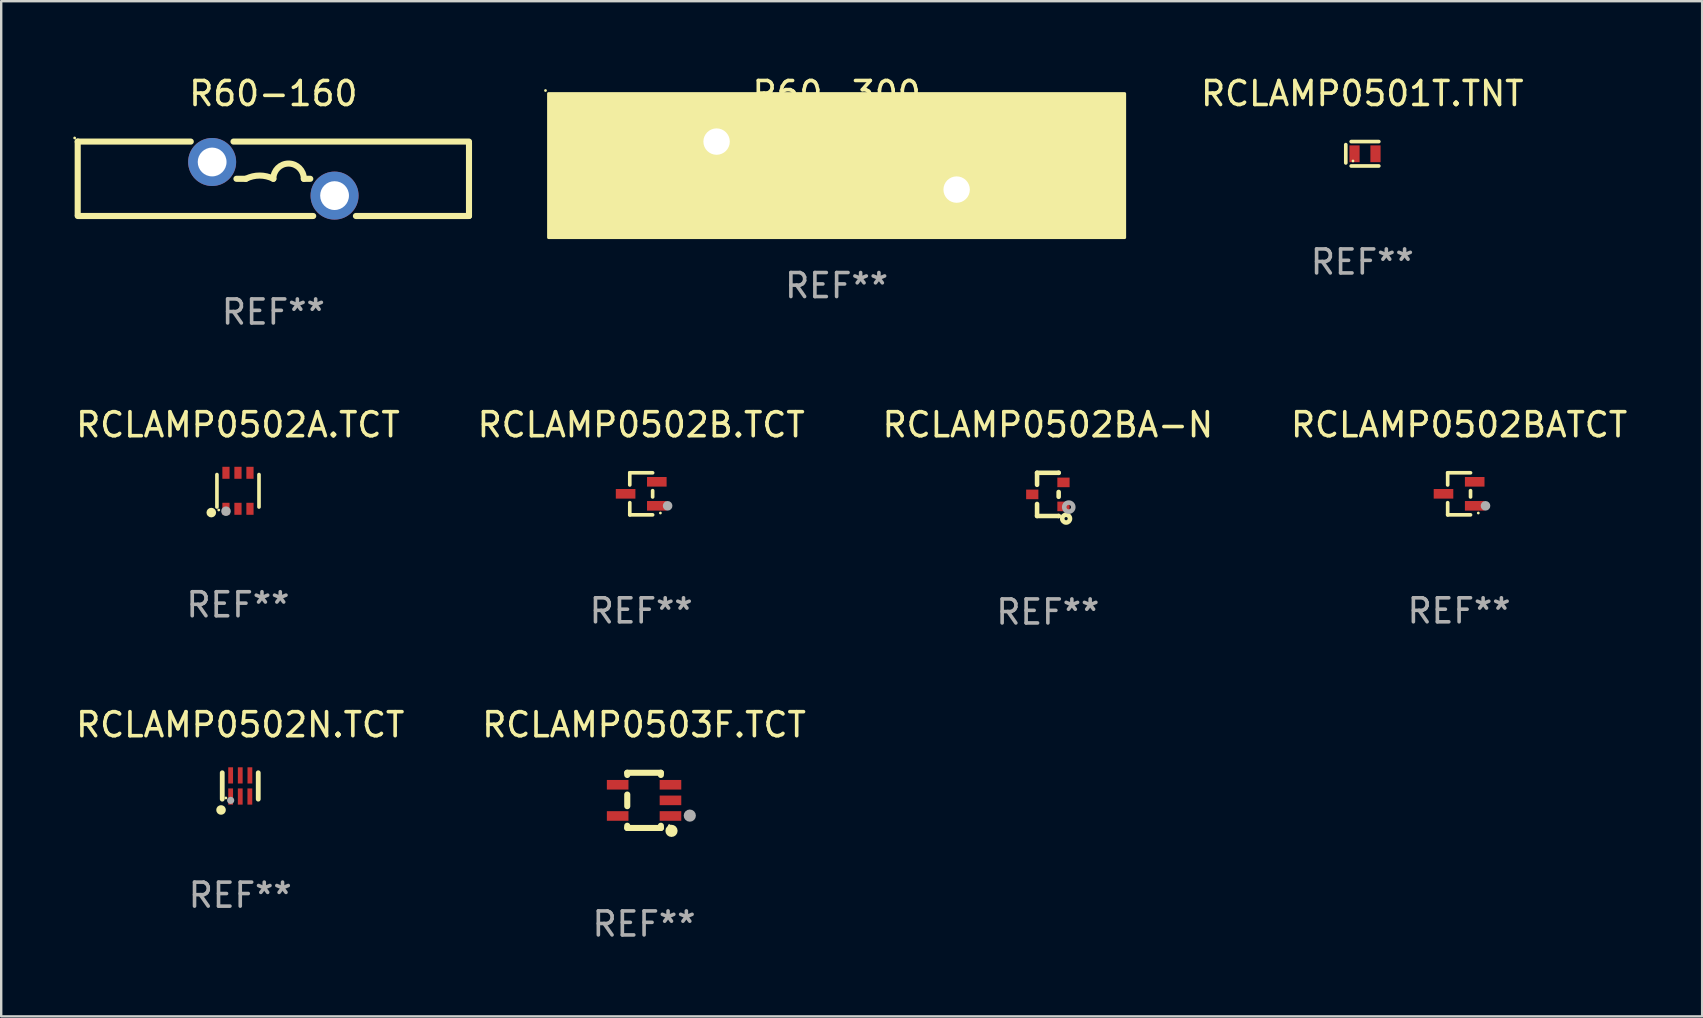
<source format=kicad_pcb>
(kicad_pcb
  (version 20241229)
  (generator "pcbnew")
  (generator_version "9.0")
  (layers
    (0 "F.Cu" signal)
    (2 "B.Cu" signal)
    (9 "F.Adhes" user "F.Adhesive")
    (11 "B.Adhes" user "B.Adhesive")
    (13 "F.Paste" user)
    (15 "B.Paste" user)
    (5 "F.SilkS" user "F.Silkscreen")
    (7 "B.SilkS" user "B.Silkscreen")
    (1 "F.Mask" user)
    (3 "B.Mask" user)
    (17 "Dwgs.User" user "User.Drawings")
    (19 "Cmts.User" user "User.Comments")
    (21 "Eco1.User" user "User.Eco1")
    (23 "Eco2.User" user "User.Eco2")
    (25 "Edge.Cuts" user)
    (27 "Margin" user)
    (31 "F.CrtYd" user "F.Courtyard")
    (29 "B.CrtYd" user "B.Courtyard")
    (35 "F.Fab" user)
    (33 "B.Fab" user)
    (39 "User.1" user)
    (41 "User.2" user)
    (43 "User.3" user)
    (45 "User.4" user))
  (footprint "RCLAMP0502BATCT"
    (layer "F.Cu")
    (at 57.732 17.521)
    (property "Reference" "RCLAMP0502BATCT" (at 0 -2.876 0) (layer "F.SilkS") (effects (font (size 1 1) (thickness 0.15))))
    (attr through_hole)
    (fp_line (start -0.476 -0.876) (end -0.476 -0.369) (stroke (width 0.152) (type solid)) (layer "F.SilkS"))
    (fp_line (start -0.476 0.876) (end -0.476 0.369) (stroke (width 0.152) (type solid)) (layer "F.SilkS"))
    (fp_line (start 0.476 -0.876) (end -0.476 -0.876) (stroke (width 0.152) (type solid)) (layer "F.SilkS"))
    (fp_line (start 0.476 -0.131) (end 0.476 0.131) (stroke (width 0.152) (type solid)) (layer "F.SilkS"))
    (fp_line (start 0.476 0.876) (end -0.476 0.876) (stroke (width 0.152) (type solid)) (layer "F.SilkS"))
    (fp_circle (center 0.8 0.8) (end 0.83 0.8) (stroke (width 0.06) (type solid)) (fill no) (layer "F.SilkS"))
    (fp_circle (center 1.1 0.5) (end 1.2 0.5) (stroke (width 0.2) (type solid)) (fill no) (layer "F.Fab"))
    (fp_text user "REF**" (at 0 4.876 0) (layer "F.Fab") (effects (font (size 1 1) (thickness 0.15))))
    (pad "1" smd rect (at 0.65 0.5) (size 0.816 0.4) (layers "F.Cu" "F.Mask" "F.Paste"))
    (pad "2" smd rect (at 0.65 -0.5) (size 0.816 0.4) (layers "F.Cu" "F.Mask" "F.Paste"))
    (pad "3" smd rect (at -0.65 0) (size 0.816 0.4) (layers "F.Cu" "F.Mask" "F.Paste")))
  (footprint "R60-300"
    (layer "F.Cu")
    (at 31.801 3.848)
    (property "Reference" "R60-300" (at 0 -3 0) (layer "F.SilkS") (effects (font (size 1 1) (thickness 0.15))))
    (attr through_hole)
    (fp_circle (center -12.127 -3.127) (end -12.097 -3.127) (stroke (width 0.06) (type solid)) (fill no) (layer "F.SilkS"))
    (fp_poly (pts (xy -12 -3) (xy 12 -3) (xy 12 3) (xy -12 3)) (stroke (width 0.12) (type solid)) (fill yes) (layer "F.SilkS"))
    (fp_text user "REF**" (at 0 5 0) (layer "F.Fab") (effects (font (size 1 1) (thickness 0.15))))
    (pad "1" thru_hole circle (at -5 -1) (size 1.8 1.8) (drill 1.1) (layers "*.Cu" "*.Mask"))
    (pad "2" thru_hole circle (at 5 1) (size 1.8 1.8) (drill 1.1) (layers "*.Cu" "*.Mask")))
  (footprint "RCLAMP0502B.TCT"
    (layer "F.Cu")
    (at 23.661 17.521)
    (property "Reference" "RCLAMP0502B.TCT" (at 0 -2.876 0) (layer "F.SilkS") (effects (font (size 1 1) (thickness 0.15))))
    (attr through_hole)
    (fp_line (start -0.476 -0.876) (end -0.476 -0.369) (stroke (width 0.152) (type solid)) (layer "F.SilkS"))
    (fp_line (start -0.476 0.876) (end -0.476 0.369) (stroke (width 0.152) (type solid)) (layer "F.SilkS"))
    (fp_line (start 0.476 -0.876) (end -0.476 -0.876) (stroke (width 0.152) (type solid)) (layer "F.SilkS"))
    (fp_line (start 0.476 -0.131) (end 0.476 0.131) (stroke (width 0.152) (type solid)) (layer "F.SilkS"))
    (fp_line (start 0.476 0.876) (end -0.476 0.876) (stroke (width 0.152) (type solid)) (layer "F.SilkS"))
    (fp_circle (center 0.8 0.8) (end 0.83 0.8) (stroke (width 0.06) (type solid)) (fill no) (layer "F.SilkS"))
    (fp_circle (center 1.1 0.5) (end 1.2 0.5) (stroke (width 0.2) (type solid)) (fill no) (layer "F.Fab"))
    (fp_text user "REF**" (at 0 4.876 0) (layer "F.Fab") (effects (font (size 1 1) (thickness 0.15))))
    (pad "1" smd rect (at 0.65 0.5) (size 0.816 0.4) (layers "F.Cu" "F.Mask" "F.Paste"))
    (pad "2" smd rect (at 0.65 -0.5) (size 0.816 0.4) (layers "F.Cu" "F.Mask" "F.Paste"))
    (pad "3" smd rect (at -0.65 0) (size 0.816 0.4) (layers "F.Cu" "F.Mask" "F.Paste")))
  (footprint "RCLAMP0503F.TCT"
    (layer "F.Cu")
    (at 23.78 30.291)
    (property "Reference" "RCLAMP0503F.TCT" (at 0 -3.15 0) (layer "F.SilkS") (effects (font (size 1 1) (thickness 0.15))))
    (attr through_hole)
    (fp_line (start -0.7 -1.15) (end 0.7 -1.15) (stroke (width 0.254) (type solid)) (layer "F.SilkS"))
    (fp_line (start -0.7 -1.058) (end -0.7 -1.15) (stroke (width 0.254) (type solid)) (layer "F.SilkS"))
    (fp_line (start -0.7 0.242) (end -0.7 -0.242) (stroke (width 0.254) (type solid)) (layer "F.SilkS"))
    (fp_line (start -0.7 1.15) (end -0.7 1.058) (stroke (width 0.254) (type solid)) (layer "F.SilkS"))
    (fp_line (start -0.7 1.15) (end 0.7 1.15) (stroke (width 0.254) (type solid)) (layer "F.SilkS"))
    (fp_line (start 0.7 -1.058) (end 0.7 -1.15) (stroke (width 0.254) (type solid)) (layer "F.SilkS"))
    (fp_line (start 0.7 1.15) (end 0.7 1.058) (stroke (width 0.254) (type solid)) (layer "F.SilkS"))
    (fp_circle (center 1.053 1.052) (end 1.083 1.052) (stroke (width 0.06) (type solid)) (fill no) (layer "F.SilkS"))
    (fp_circle (center 1.143 1.27) (end 1.27 1.27) (stroke (width 0.254) (type solid)) (fill no) (layer "F.SilkS"))
    (fp_circle (center 1.905 0.635) (end 2.032 0.635) (stroke (width 0.254) (type solid)) (fill no) (layer "F.Fab"))
    (fp_text user "REF**" (at 0 5.15 0) (layer "F.Fab") (effects (font (size 1 1) (thickness 0.15))))
    (pad "1" smd rect (at 1.1 0.65 90) (size 0.4 0.9) (layers "F.Cu" "F.Mask" "F.Paste"))
    (pad "2" smd rect (at 1.1 0.000076 90) (size 0.4 0.9) (layers "F.Cu" "F.Mask" "F.Paste"))
    (pad "3" smd rect (at 1.1 -0.65 90) (size 0.4 0.9) (layers "F.Cu" "F.Mask" "F.Paste"))
    (pad "4" smd rect (at -1.1 -0.65 90) (size 0.4 0.9) (layers "F.Cu" "F.Mask" "F.Paste"))
    (pad "5" smd rect (at -1.1 0.65 90) (size 0.4 0.9) (layers "F.Cu" "F.Mask" "F.Paste")))
  (footprint "RCLAMP0502N.TCT"
    (layer "F.Cu")
    (at 6.958 29.691)
    (property "Reference" "RCLAMP0502N.TCT" (at 0 -2.55 0) (layer "F.SilkS") (effects (font (size 1 1) (thickness 0.15))))
    (attr through_hole)
    (fp_line (start -0.75 -0.55) (end -0.75 0.55) (stroke (width 0.2) (type solid)) (layer "F.SilkS"))
    (fp_line (start 0.75 -0.55) (end 0.75 0.55) (stroke (width 0.2) (type solid)) (layer "F.SilkS"))
    (fp_circle (center -0.8 1) (end -0.7 1) (stroke (width 0.2) (type solid)) (fill no) (layer "F.SilkS"))
    (fp_circle (center -0.599 0.5) (end -0.569 0.5) (stroke (width 0.06) (type solid)) (fill no) (layer "F.SilkS"))
    (fp_circle (center -0.399 0.6) (end -0.324 0.6) (stroke (width 0.15) (type solid)) (fill no) (layer "F.Fab"))
    (fp_text user "REF**" (at 0 4.55 0) (layer "F.Fab") (effects (font (size 1 1) (thickness 0.15))))
    (pad "1" smd rect (at -0.4 0.44) (size 0.2 0.675) (layers "F.Cu" "F.Mask" "F.Paste"))
    (pad "2" smd rect (at 0 0.44) (size 0.2 0.675) (layers "F.Cu" "F.Mask" "F.Paste"))
    (pad "3" smd rect (at 0.4 0.44) (size 0.2 0.675) (layers "F.Cu" "F.Mask" "F.Paste"))
    (pad "4" smd rect (at 0.402 -0.44) (size 0.2 0.675) (layers "F.Cu" "F.Mask" "F.Paste"))
    (pad "5" smd rect (at 0 -0.44) (size 0.2 0.675) (layers "F.Cu" "F.Mask" "F.Paste"))
    (pad "6" smd rect (at -0.4 -0.44) (size 0.2 0.675) (layers "F.Cu" "F.Mask" "F.Paste")))
  (footprint "RCLAMP0502A.TCT"
    (layer "F.Cu")
    (at 6.863 17.395)
    (property "Reference" "RCLAMP0502A.TCT" (at 0 -2.75 0) (layer "F.SilkS") (effects (font (size 1 1) (thickness 0.15))))
    (attr through_hole)
    (fp_line (start -0.876 0.676) (end -0.876 -0.676) (stroke (width 0.152) (type solid)) (layer "F.SilkS"))
    (fp_line (start 0.876 0.676) (end 0.876 -0.676) (stroke (width 0.152) (type solid)) (layer "F.SilkS"))
    (fp_circle (center -1.111 0.908) (end -1.011 0.908) (stroke (width 0.2) (type solid)) (fill no) (layer "F.SilkS"))
    (fp_circle (center -0.8 0.8) (end -0.77 0.8) (stroke (width 0.06) (type solid)) (fill no) (layer "F.SilkS"))
    (fp_circle (center -0.499 0.85) (end -0.399 0.85) (stroke (width 0.2) (type solid)) (fill no) (layer "F.Fab"))
    (fp_text user "REF**" (at 0 4.75 0) (layer "F.Fab") (effects (font (size 1 1) (thickness 0.15))))
    (pad "1" smd rect (at -0.5 0.75) (size 0.3 0.5) (layers "F.Cu" "F.Mask" "F.Paste"))
    (pad "2" smd rect (at 0 0.75) (size 0.3 0.5) (layers "F.Cu" "F.Mask" "F.Paste"))
    (pad "3" smd rect (at 0.5 0.75) (size 0.3 0.5) (layers "F.Cu" "F.Mask" "F.Paste"))
    (pad "4" smd rect (at 0.5 -0.75) (size 0.3 0.5) (layers "F.Cu" "F.Mask" "F.Paste"))
    (pad "5" smd rect (at 0 -0.75) (size 0.3 0.5) (layers "F.Cu" "F.Mask" "F.Paste"))
    (pad "6" smd rect (at -0.5 -0.75) (size 0.3 0.5) (layers "F.Cu" "F.Mask" "F.Paste")))
  (footprint "R60-160"
    (layer "F.Cu")
    (at 8.337 4.398)
    (property "Reference" "R60-160" (at 0 -3.55 0) (layer "F.SilkS") (effects (font (size 1 1) (thickness 0.15))))
    (attr through_hole)
    (fp_line (start -8.15 -1.55) (end -3.44 -1.55) (stroke (width 0.254) (type solid)) (layer "F.SilkS"))
    (fp_line (start -8.15 1.5) (end -8.15 -1.55) (stroke (width 0.254) (type solid)) (layer "F.SilkS"))
    (fp_line (start -1.66 -1.55) (end 8.15 -1.55) (stroke (width 0.254) (type solid)) (layer "F.SilkS"))
    (fp_line (start -1.538 0) (end -1.143 0) (stroke (width 0.254) (type solid)) (layer "F.SilkS"))
    (fp_line (start 1.538 0) (end 1.27 0) (stroke (width 0.254) (type solid)) (layer "F.SilkS"))
    (fp_line (start 1.66 1.55) (end -8.15 1.55) (stroke (width 0.254) (type solid)) (layer "F.SilkS"))
    (fp_line (start 8.15 1.55) (end 3.44 1.55) (stroke (width 0.254) (type solid)) (layer "F.SilkS"))
    (fp_line (start 8.15 -1.5) (end 8.15 1.55) (stroke (width 0.254) (type solid)) (layer "F.SilkS"))
    (fp_arc (start -1.143028 0) (mid -0.571527 -0.134913) (end -0.000026 0) (stroke (width 0.254001) (type solid)) (layer "F.SilkS"))
    (fp_arc (start -0.000025 0) (mid 0.634976 -0.635001) (end 1.269977 0) (stroke (width 0.254001) (type solid)) (layer "F.SilkS"))
    (fp_circle (center -8.277 -1.7) (end -8.247 -1.7) (stroke (width 0.06) (type solid)) (fill no) (layer "F.SilkS"))
    (fp_text user "REF**" (at 0 5.55 0) (layer "F.Fab") (effects (font (size 1 1) (thickness 0.15))))
    (pad "1" thru_hole circle (at -2.55 -0.7) (size 2 2) (drill 1.2) (layers "*.Cu" "*.Mask"))
    (pad "2" thru_hole circle (at 2.55 0.7) (size 2 2) (drill 1.2) (layers "*.Cu" "*.Mask")))
  (footprint "RCLAMP0502BA-N"
    (layer "F.Cu")
    (at 40.601 17.545)
    (property "Reference" "RCLAMP0502BA-N" (at 0 -2.9 0) (layer "F.SilkS") (effects (font (size 1 1) (thickness 0.15))))
    (attr through_hole)
    (fp_line (start -0.45 -0.9) (end 0.45 -0.9) (stroke (width 0.19) (type solid)) (layer "F.SilkS"))
    (fp_line (start -0.45 -0.399) (end -0.45 -0.9) (stroke (width 0.19) (type solid)) (layer "F.SilkS"))
    (fp_line (start -0.45 0.9) (end -0.45 0.399) (stroke (width 0.19) (type solid)) (layer "F.SilkS"))
    (fp_line (start -0.45 0.9) (end 0.45 0.9) (stroke (width 0.19) (type solid)) (layer "F.SilkS"))
    (fp_line (start 0.45 -0.899) (end 0.45 -0.9) (stroke (width 0.19) (type solid)) (layer "F.SilkS"))
    (fp_line (start 0.45 0.101) (end 0.45 -0.101) (stroke (width 0.19) (type solid)) (layer "F.SilkS"))
    (fp_line (start 0.45 0.9) (end 0.45 0.899) (stroke (width 0.19) (type solid)) (layer "F.SilkS"))
    (fp_circle (center 0.76 1.01) (end 0.827 1.01) (stroke (width 0.19) (type solid)) (fill no) (layer "F.SilkS"))
    (fp_circle (center 0.8 0.8) (end 0.81 0.8) (stroke (width 0.02) (type solid)) (fill no) (layer "F.SilkS"))
    (fp_circle (center 0.87 0.53) (end 0.964 0.53) (stroke (width 0.19) (type solid)) (fill no) (layer "F.Fab"))
    (fp_text user "REF**" (at 0 4.9 0) (layer "F.Fab") (effects (font (size 1 1) (thickness 0.15))))
    (pad "1" smd rect (at 0.65 0.5 90) (size 0.4 0.51) (layers "F.Cu" "F.Mask" "F.Paste"))
    (pad "2" smd rect (at 0.65 -0.5 90) (size 0.4 0.51) (layers "F.Cu" "F.Mask" "F.Paste"))
    (pad "3" smd rect (at -0.65 0.000127 90) (size 0.4 0.51) (layers "F.Cu" "F.Mask" "F.Paste")))
  (footprint "RCLAMP0501T.TNT"
    (layer "F.Cu")
    (at 53.7 3.356)
    (property "Reference" "RCLAMP0501T.TNT" (at 0 -2.508 0) (layer "F.SilkS") (effects (font (size 1 1) (thickness 0.15))))
    (attr through_hole)
    (fp_line (start -0.688 -0.381) (end -0.688 0.381) (stroke (width 0.152) (type solid)) (layer "F.SilkS"))
    (fp_line (start -0.464 -0.508) (end 0.688 -0.508) (stroke (width 0.152) (type solid)) (layer "F.SilkS"))
    (fp_line (start -0.464 0.508) (end 0.688 0.508) (stroke (width 0.152) (type solid)) (layer "F.SilkS"))
    (fp_circle (center -0.388 0.3) (end -0.358 0.3) (stroke (width 0.06) (type solid)) (fill no) (layer "F.SilkS"))
    (fp_text user "REF**" (at 0 4.508 0) (layer "F.Fab") (effects (font (size 1 1) (thickness 0.15))))
    (pad "1" smd rect (at -0.325 0) (size 0.425 0.7) (layers "F.Cu" "F.Mask" "F.Paste"))
    (pad "2" smd rect (at 0.549 0) (size 0.425 0.7) (layers "F.Cu" "F.Mask" "F.Paste")))
  (gr_rect
    (start -3 -3)
    (end 67.857 39.289)
    (stroke (width 0.1) (type default))
    (fill no)
    (layer "Edge.Cuts")))
</source>
